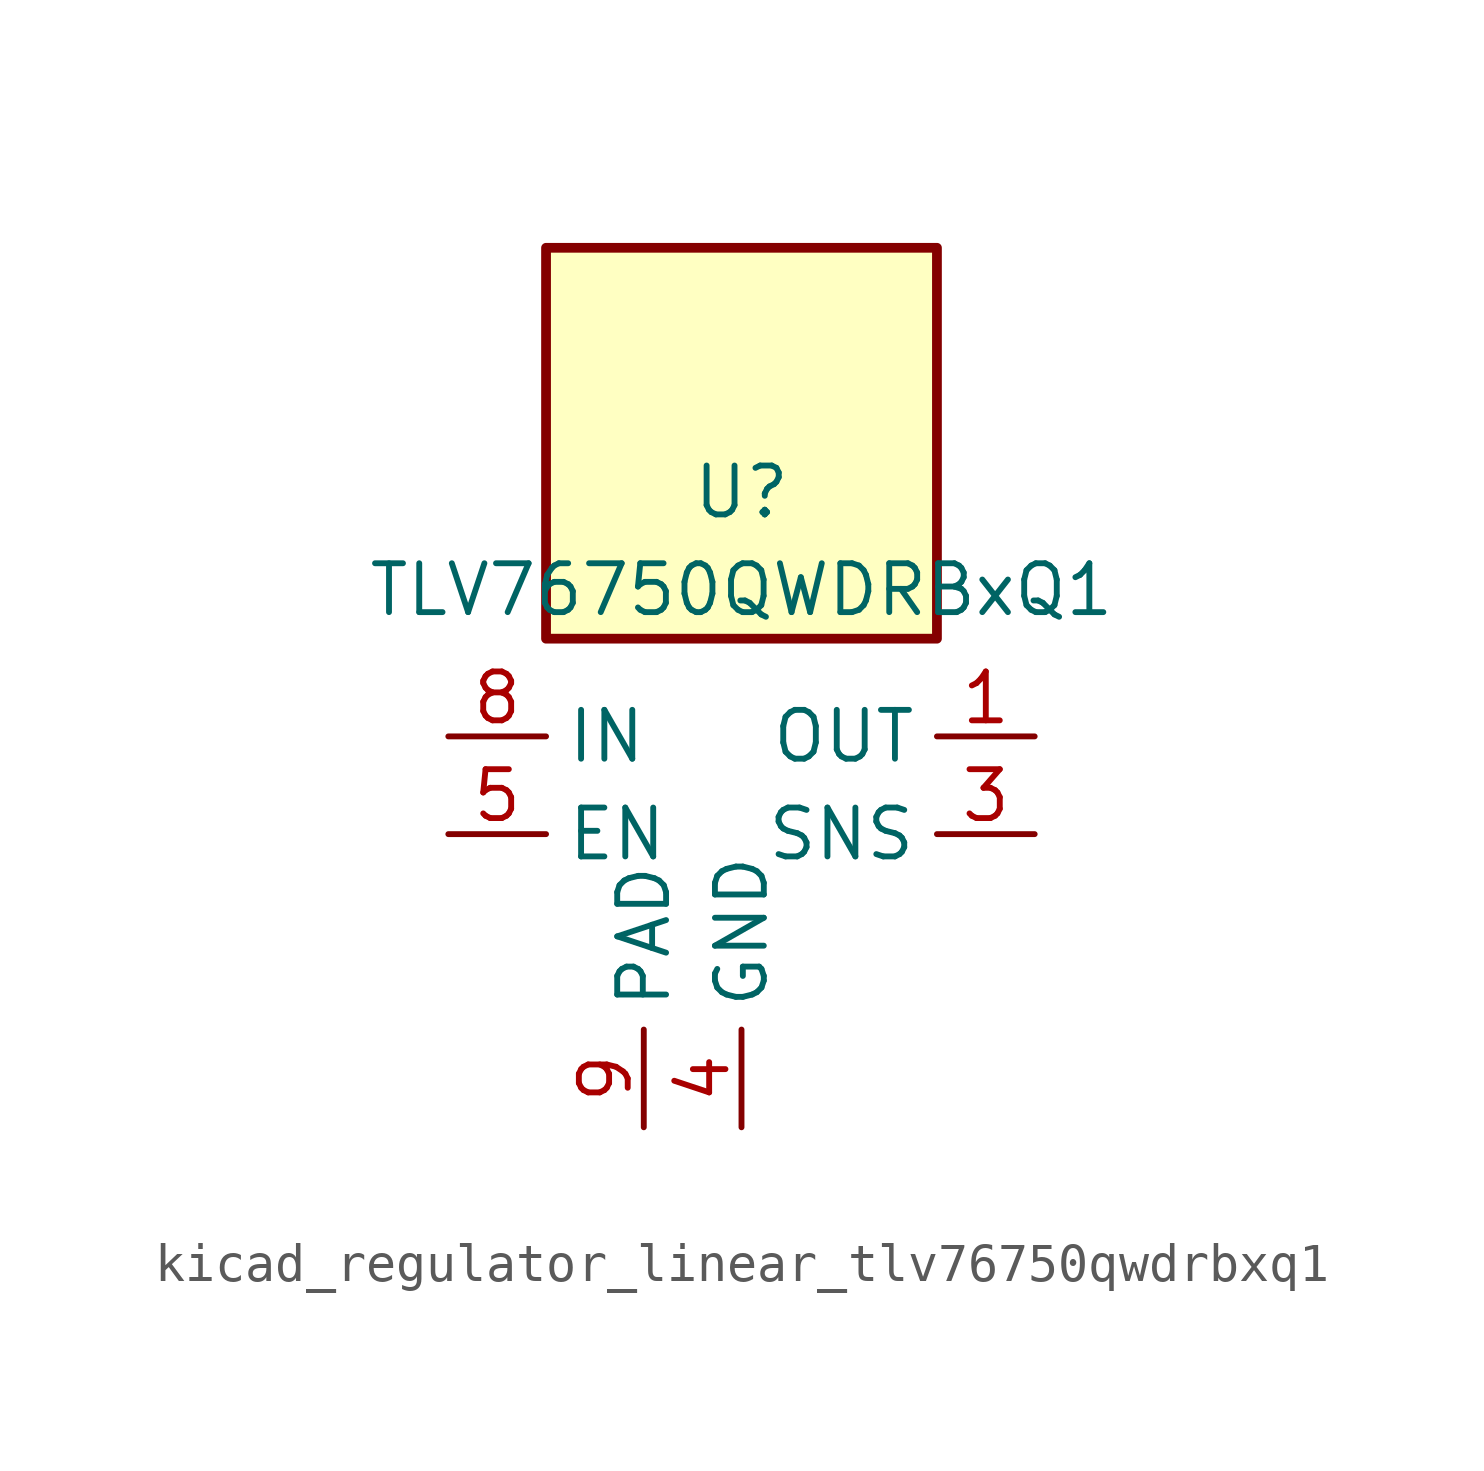
<source format=kicad_sym>
(kicad_symbol_lib
  (version 20220914)
  (generator kicad_symbol_editor)
  (symbol "kicad_regulator_linear_tlv76750qwdrbxq1"
    (property "Reference" "U"
      (at 0 8.89 0)
      (effects (font (size 1.27 1.27))))
    (property "Value" "TLV76750QWDRBxQ1"
      (at 0 6.35 0)
      (effects (font (size 1.27 1.27))))
    (symbol "kicad_regulator_linear_tlv76750qwdrbxq1_0_1"
      (rectangle (start 5.08 15.24) (end -5.08 5.08) (stroke (width 0.254) (type default)) (fill (type background))))
    (symbol "kicad_regulator_linear_tlv76750qwdrbxq1_1_1"
      (pin power_out line (at 7.62 2.54 180) (length 2.54) (name "OUT" (effects (font (size 1.27 1.27)))) (number "1" (effects (font (size 1.27 1.27)))))
      (pin no_connect line (at 5.08 -2.54 180) (length 2.54) hide (name "NC" (effects (font (size 1.27 1.27)))) (number "2" (effects (font (size 1.27 1.27)))))
      (pin input line (at 7.62 0 180) (length 2.54) (name "SNS" (effects (font (size 1.27 1.27)))) (number "3" (effects (font (size 1.27 1.27)))))
      (pin power_in line (at 0 -7.62 90) (length 2.54) (name "GND" (effects (font (size 1.27 1.27)))) (number "4" (effects (font (size 1.27 1.27)))))
      (pin input line (at -7.62 0 0) (length 2.54) (name "EN" (effects (font (size 1.27 1.27)))) (number "5" (effects (font (size 1.27 1.27)))))
      (pin passive line (at 0 -7.62 90) (length 2.54) hide (name "GND" (effects (font (size 1.27 1.27)))) (number "6" (effects (font (size 1.27 1.27)))))
      (pin no_connect line (at -5.08 -2.54 0) (length 2.54) hide (name "NC" (effects (font (size 1.27 1.27)))) (number "7" (effects (font (size 1.27 1.27)))))
      (pin power_in line (at -7.62 2.54 0) (length 2.54) (name "IN" (effects (font (size 1.27 1.27)))) (number "8" (effects (font (size 1.27 1.27)))))
      (pin passive line (at -2.54 -7.62 90) (length 2.54) (name "PAD" (effects (font (size 1.27 1.27)))) (number "9" (effects (font (size 1.27 1.27))))))))
</source>
